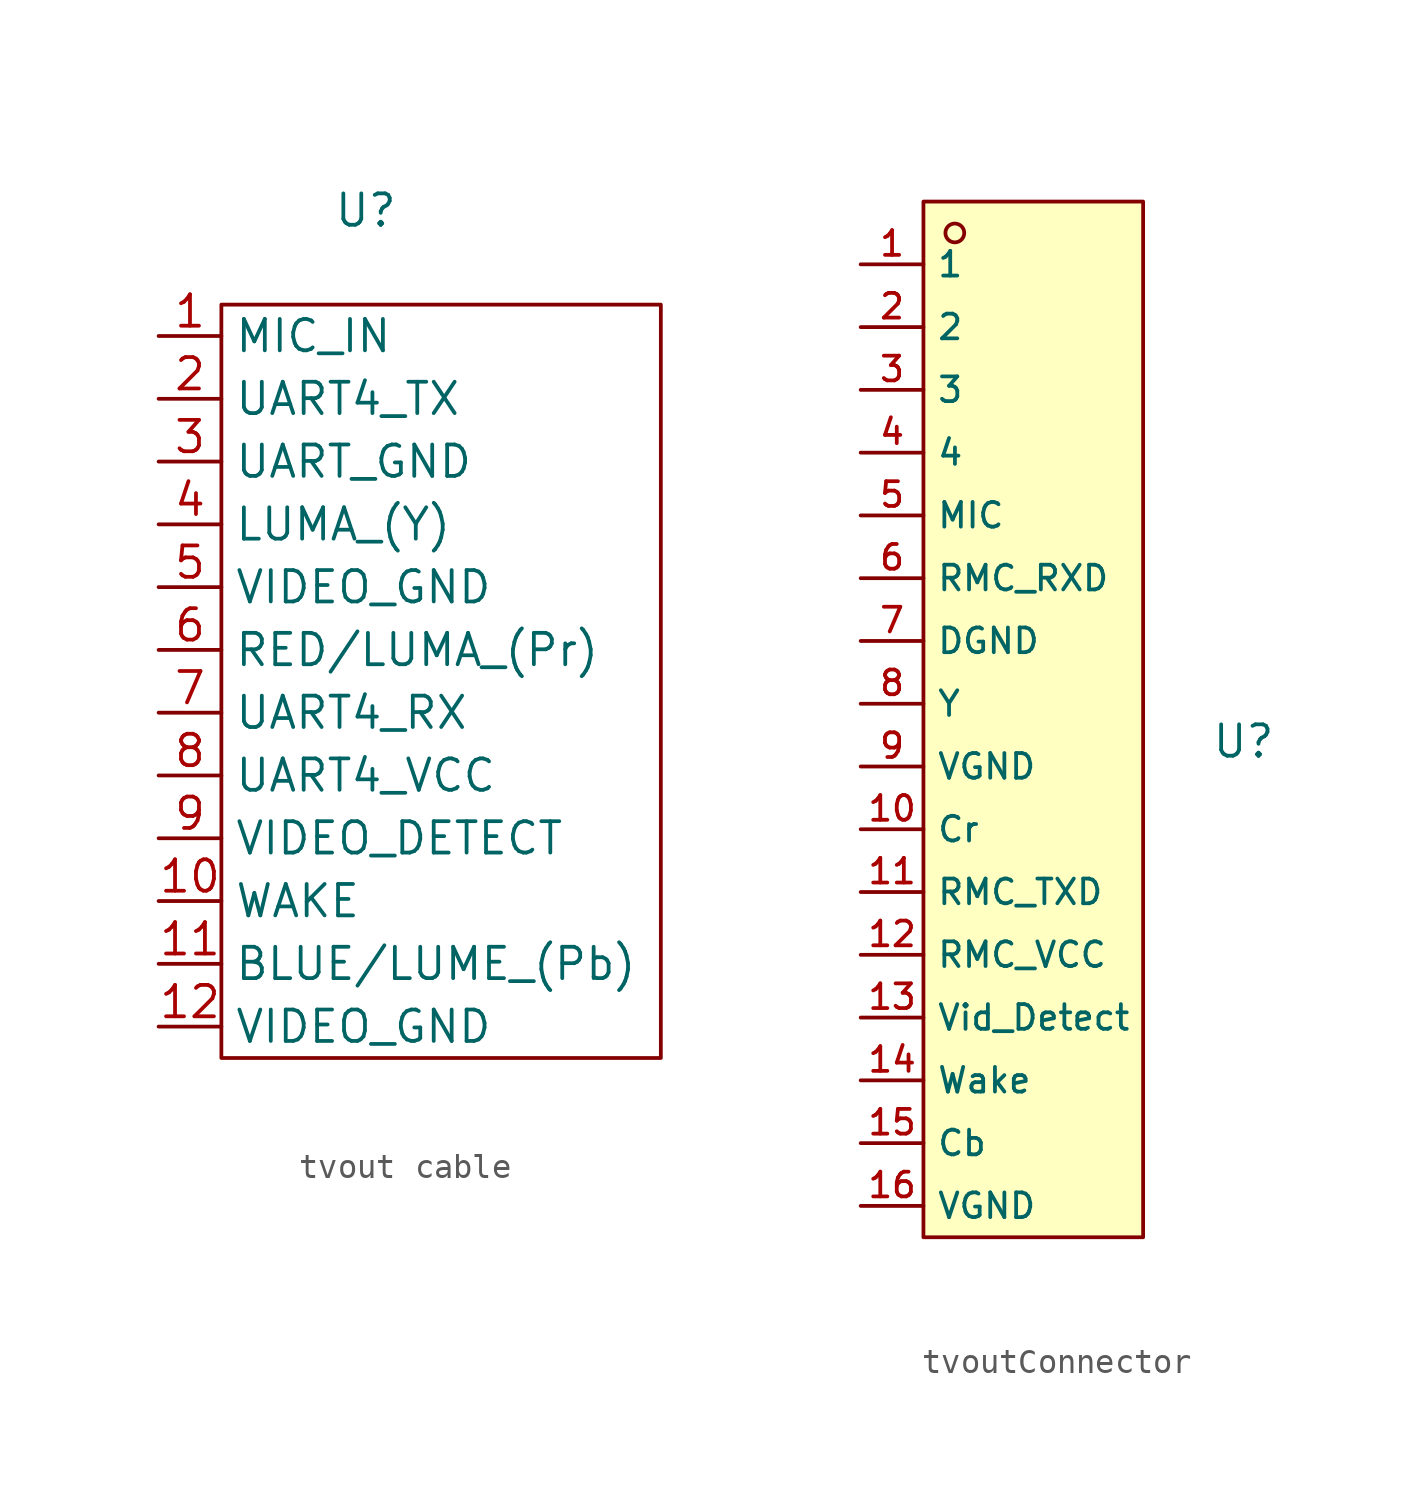
<source format=kicad_sym>
(kicad_symbol_lib
  (version 20231120)
  (generator "kicad_symbol_editor")
  (generator_version "8.0")
  (symbol "tvout cable"
    (property "Reference" "U"
      (at -11.938 13.97 0)
      (effects (font (size 1.27 1.27))))
    (property "Value" ""
      (at -13.97 0 0)
      (effects (font (size 1.27 1.27))))
    (symbol "tvout cable_0_1"
      (rectangle (start -17.78 10.16) (end 0 -20.32) (stroke (width 0) (type default)) (fill (type none))))
    (symbol "tvout cable_1_1"
      (pin input line (at -20.32 8.89 0) (length 2.54) (name "MIC_IN" (effects (font (size 1.27 1.27)))) (number "1" (effects (font (size 1.27 1.27)))))
      (pin input line (at -20.32 -13.97 0) (length 2.54) (name "WAKE" (effects (font (size 1.27 1.27)))) (number "10" (effects (font (size 1.27 1.27)))))
      (pin input line (at -20.32 -16.51 0) (length 2.54) (name "BLUE/LUME_(Pb)" (effects (font (size 1.27 1.27)))) (number "11" (effects (font (size 1.27 1.27)))))
      (pin input line (at -20.32 -19.05 0) (length 2.54) (name "VIDEO_GND" (effects (font (size 1.27 1.27)))) (number "12" (effects (font (size 1.27 1.27)))))
      (pin input line (at -20.32 6.35 0) (length 2.54) (name "UART4_TX" (effects (font (size 1.27 1.27)))) (number "2" (effects (font (size 1.27 1.27)))))
      (pin input line (at -20.32 3.81 0) (length 2.54) (name "UART_GND" (effects (font (size 1.27 1.27)))) (number "3" (effects (font (size 1.27 1.27)))))
      (pin input line (at -20.32 1.27 0) (length 2.54) (name "LUMA_(Y)" (effects (font (size 1.27 1.27)))) (number "4" (effects (font (size 1.27 1.27)))))
      (pin input line (at -20.32 -1.27 0) (length 2.54) (name "VIDEO_GND" (effects (font (size 1.27 1.27)))) (number "5" (effects (font (size 1.27 1.27)))))
      (pin input line (at -20.32 -3.81 0) (length 2.54) (name "RED/LUMA_(Pr)" (effects (font (size 1.27 1.27)))) (number "6" (effects (font (size 1.27 1.27)))))
      (pin input line (at -20.32 -6.35 0) (length 2.54) (name "UART4_RX" (effects (font (size 1.27 1.27)))) (number "7" (effects (font (size 1.27 1.27)))))
      (pin input line (at -20.32 -8.89 0) (length 2.54) (name "UART4_VCC" (effects (font (size 1.27 1.27)))) (number "8" (effects (font (size 1.27 1.27)))))
      (pin input line (at -20.32 -11.43 0) (length 2.54) (name "VIDEO_DETECT" (effects (font (size 1.27 1.27)))) (number "9" (effects (font (size 1.27 1.27)))))))
  (symbol "tvoutConnector"
    (property "Reference" "U"
      (at 0.254 1.016 0)
      (effects (font (size 1.27 1.27))))
    (property "Value" ""
      (at 0 0 0)
      (effects (font (size 1.27 1.27))))
    (symbol "tvoutConnector_0_1"
      (rectangle (start -12.7 22.86) (end -3.81 -19.05) (stroke (width 0) (type default)) (fill (type background)))
      (circle (center -11.43 21.59) (radius 0.381) (stroke (width 0) (type default)) (fill (type background)))
      (pin unspecified line (at -15.24 20.32 0) (length 2.54) (name "1" (effects (font (size 1 1)))) (number "1" (effects (font (size 1 1)))))
      (pin unspecified line (at -15.24 17.78 0) (length 2.54) (name "2" (effects (font (size 1 1)))) (number "2" (effects (font (size 1 1)))))
      (pin unspecified line (at -15.24 15.24 0) (length 2.54) (name "3" (effects (font (size 1 1)))) (number "3" (effects (font (size 1 1)))))
      (pin unspecified line (at -15.24 12.7 0) (length 2.54) (name "4" (effects (font (size 1 1)))) (number "4" (effects (font (size 1 1))))))
    (symbol "tvoutConnector_1_1"
      (pin unspecified line (at -15.24 -2.54 0) (length 2.54) (name "Cr" (effects (font (size 1 1)))) (number "10" (effects (font (size 1 1)))))
      (pin unspecified line (at -15.24 -5.08 0) (length 2.54) (name "RMC_TXD" (effects (font (size 1 1)))) (number "11" (effects (font (size 1 1)))))
      (pin unspecified line (at -15.24 -7.62 0) (length 2.54) (name "RMC_VCC" (effects (font (size 1 1)))) (number "12" (effects (font (size 1 1)))))
      (pin unspecified line (at -15.24 -10.16 0) (length 2.54) (name "Vid_Detect" (effects (font (size 1 1)))) (number "13" (effects (font (size 1 1)))))
      (pin unspecified line (at -15.24 -12.7 0) (length 2.54) (name "Wake" (effects (font (size 1 1)))) (number "14" (effects (font (size 1 1)))))
      (pin unspecified line (at -15.24 -15.24 0) (length 2.54) (name "Cb" (effects (font (size 1 1)))) (number "15" (effects (font (size 1 1)))))
      (pin unspecified line (at -15.24 -17.78 0) (length 2.54) (name "VGND" (effects (font (size 1 1)))) (number "16" (effects (font (size 1 1)))))
      (pin unspecified line (at -15.24 10.16 0) (length 2.54) (name "MIC" (effects (font (size 1 1)))) (number "5" (effects (font (size 1 1)))))
      (pin unspecified line (at -15.24 7.62 0) (length 2.54) (name "RMC_RXD" (effects (font (size 1 1)))) (number "6" (effects (font (size 1 1)))))
      (pin unspecified line (at -15.24 5.08 0) (length 2.54) (name "DGND" (effects (font (size 1 1)))) (number "7" (effects (font (size 1 1)))))
      (pin unspecified line (at -15.24 2.54 0) (length 2.54) (name "Y" (effects (font (size 1 1)))) (number "8" (effects (font (size 1 1)))))
      (pin unspecified line (at -15.24 0 0) (length 2.54) (name "VGND" (effects (font (size 1 1)))) (number "9" (effects (font (size 1 1))))))))
</source>
